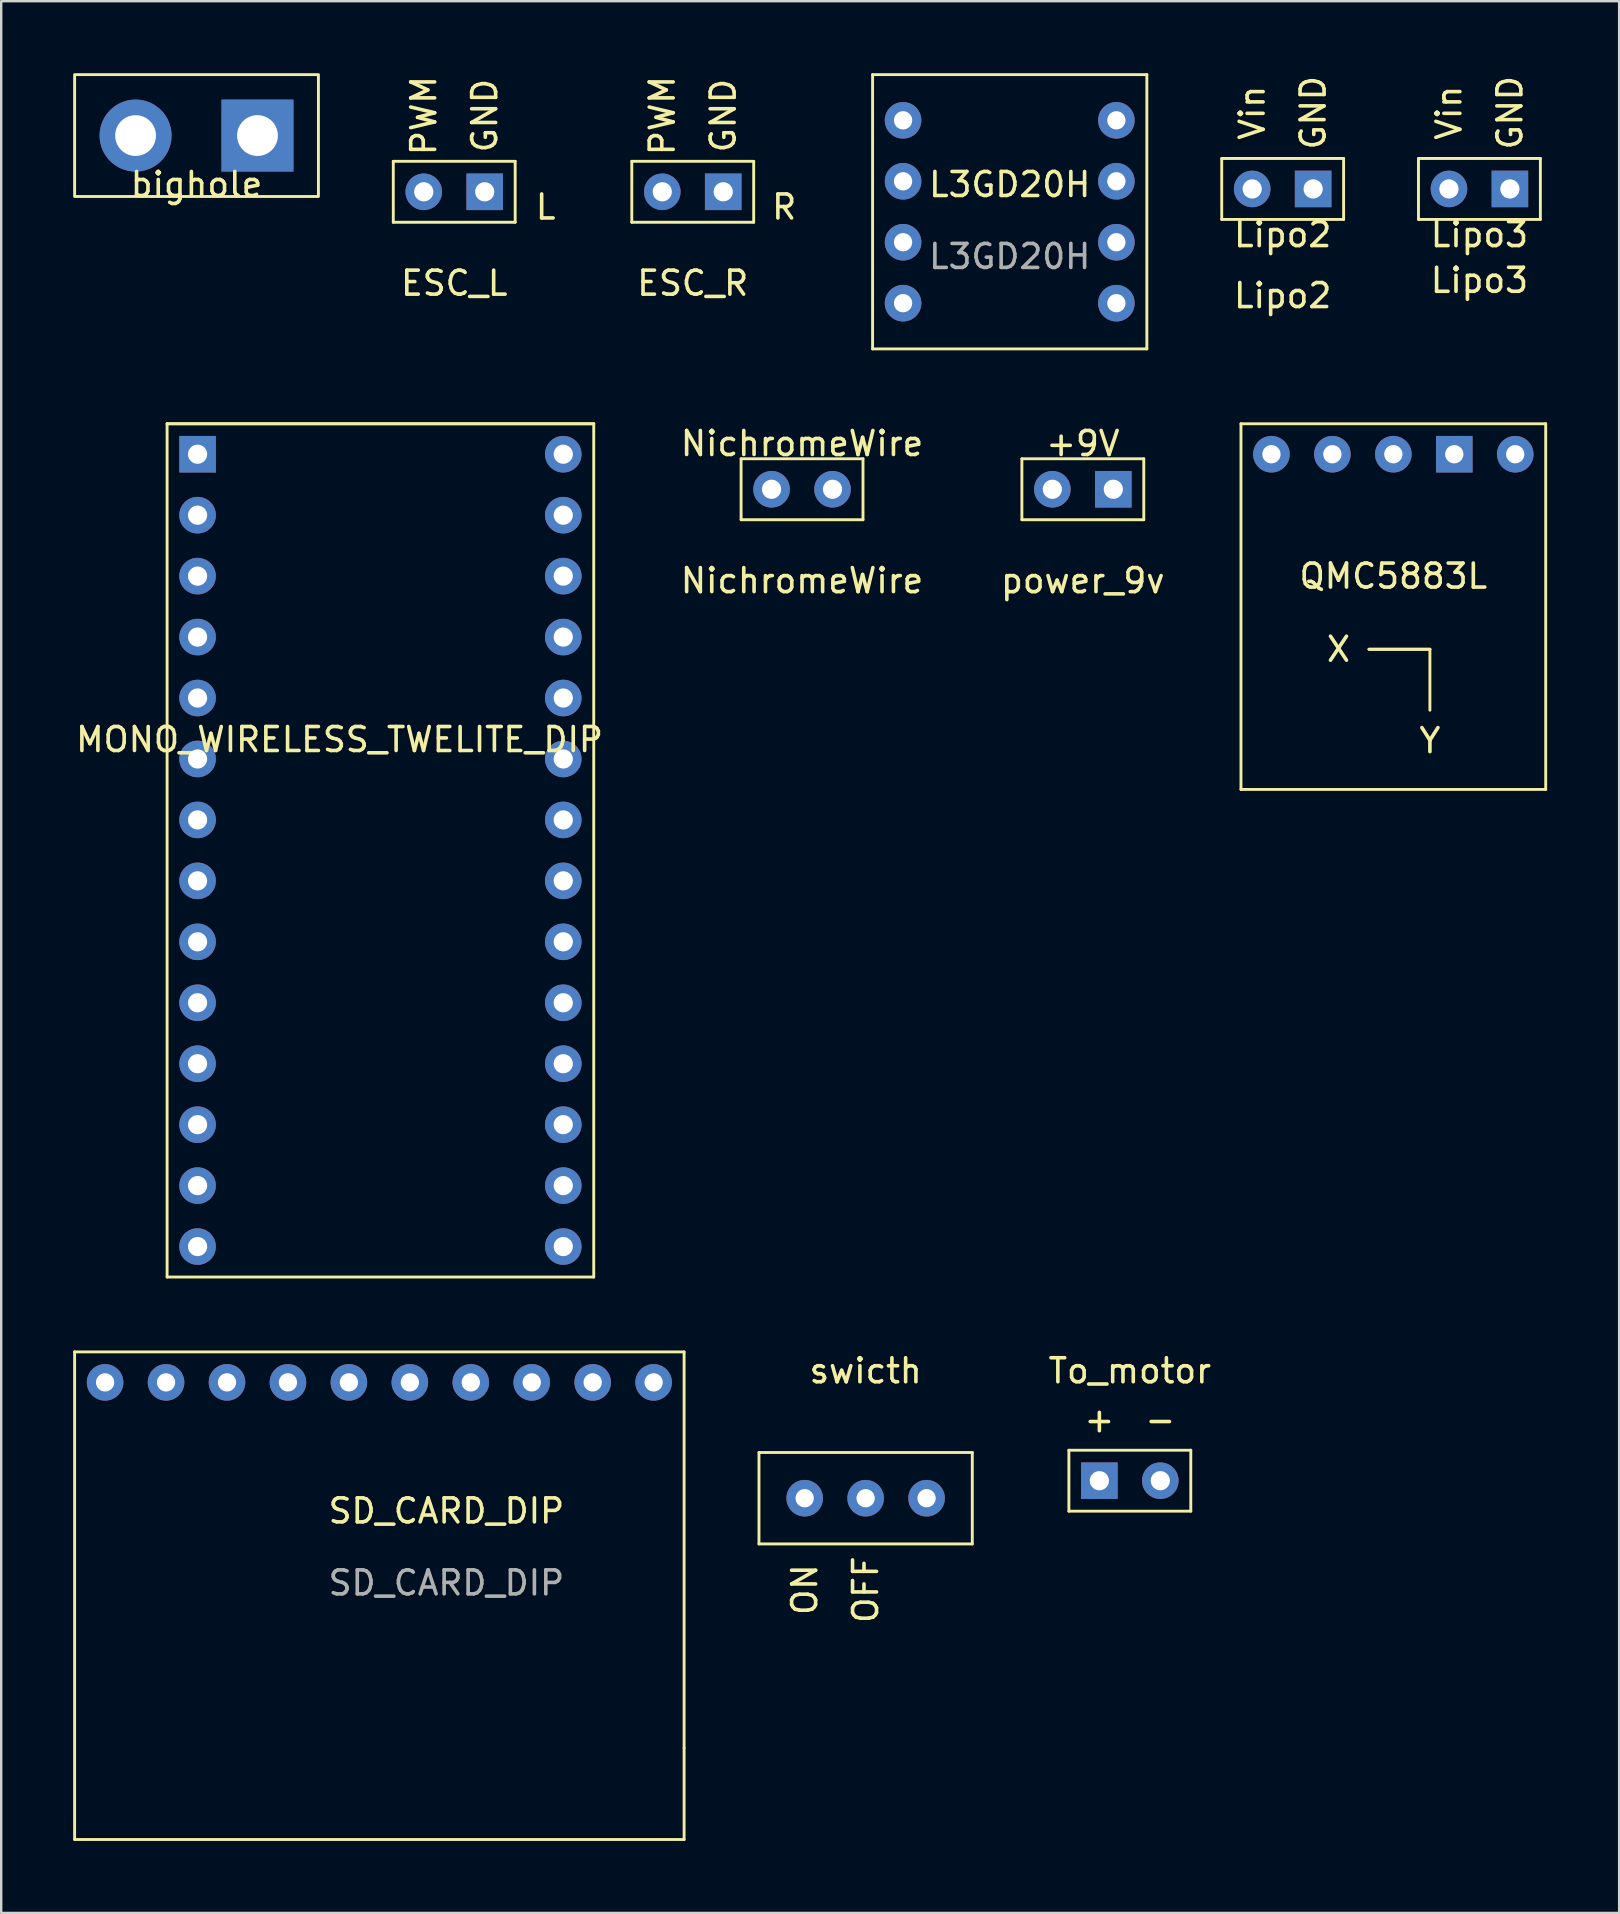
<source format=kicad_pcb>
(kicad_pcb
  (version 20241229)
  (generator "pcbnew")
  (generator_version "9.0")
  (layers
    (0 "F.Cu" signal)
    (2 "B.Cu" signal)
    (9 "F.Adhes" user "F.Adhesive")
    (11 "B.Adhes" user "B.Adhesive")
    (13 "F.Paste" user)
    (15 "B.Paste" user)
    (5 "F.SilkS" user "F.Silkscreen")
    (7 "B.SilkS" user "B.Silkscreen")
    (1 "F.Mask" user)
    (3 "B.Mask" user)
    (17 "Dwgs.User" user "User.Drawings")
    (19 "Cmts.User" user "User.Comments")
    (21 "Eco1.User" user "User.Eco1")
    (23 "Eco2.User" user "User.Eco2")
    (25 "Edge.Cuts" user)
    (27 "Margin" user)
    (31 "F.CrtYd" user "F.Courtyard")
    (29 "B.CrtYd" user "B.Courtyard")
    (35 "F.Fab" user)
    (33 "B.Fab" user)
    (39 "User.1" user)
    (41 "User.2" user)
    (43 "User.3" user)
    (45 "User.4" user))
  (footprint "Lipo2"
    (layer "F.Cu")
    (at 50.405 2.284)
    (property "Reference" "Lipo2" (at 0 6.985 0) (layer "F.SilkS") (effects (font (size 1 1) (thickness 0.15))))
    (attr through_hole)
    (fp_line (start -2.54 1.27) (end -2.54 3.81) (stroke (width 0.12) (type solid)) (layer "F.SilkS"))
    (fp_line (start -2.54 3.81) (end 2.54 3.81) (stroke (width 0.12) (type solid)) (layer "F.SilkS"))
    (fp_line (start 2.54 1.27) (end -2.54 1.27) (stroke (width 0.12) (type solid)) (layer "F.SilkS"))
    (fp_line (start 2.54 3.81) (end 2.54 1.27) (stroke (width 0.12) (type solid)) (layer "F.SilkS"))
    (fp_text user "Vin" (at -1.27 -0.635 90) (unlocked yes) (layer "F.SilkS") (effects (font (size 1 1) (thickness 0.15))))
    (fp_text user "GND" (at 1.27 -0.635 90) (unlocked yes) (layer "F.SilkS") (effects (font (size 1 1) (thickness 0.15))))
    (fp_text user "Lipo2" (at 0 4.445 0) (unlocked yes) (layer "F.SilkS") (effects (font (size 1 1) (thickness 0.15))))
    (pad "1" thru_hole circle (at -1.27 2.54) (size 1.524 1.524) (drill 0.8) (layers "*.Cu" "*.Mask"))
    (pad "2" thru_hole rect (at 1.27 2.54) (size 1.524 1.524) (drill 0.8) (layers "*.Cu" "*.Mask")))
  (footprint "power_9v"
    (layer "F.Cu")
    (at 42.077 14.8)
    (property "Reference" "power_9v" (at 0 6.35 0) (layer "F.SilkS") (effects (font (size 1 1) (thickness 0.15))))
    (attr through_hole)
    (fp_line (start -2.54 1.27) (end -2.54 3.81) (stroke (width 0.12) (type solid)) (layer "F.SilkS"))
    (fp_line (start -2.54 3.81) (end 2.54 3.81) (stroke (width 0.12) (type solid)) (layer "F.SilkS"))
    (fp_line (start 2.54 1.27) (end -2.54 1.27) (stroke (width 0.12) (type solid)) (layer "F.SilkS"))
    (fp_line (start 2.54 3.81) (end 2.54 1.27) (stroke (width 0.12) (type solid)) (layer "F.SilkS"))
    (fp_text user "+9V" (at 0 0.635 0) (unlocked yes) (layer "F.SilkS") (effects (font (size 1 1) (thickness 0.15))))
    (pad "1" thru_hole circle (at -1.27 2.54) (size 1.524 1.524) (drill 0.8) (layers "*.Cu" "*.Mask"))
    (pad "2" thru_hole rect (at 1.27 2.54) (size 1.524 1.524) (drill 0.8) (layers "*.Cu" "*.Mask")))
  (footprint "MONO_WIRELESS_TWELITE_DIP"
    (layer "F.Cu")
    (at 13.058 31.12)
    (property "Reference" "MONO_WIRELESS_TWELITE_DIP" (at -1.957 -3.348 0) (layer "F.SilkS") (effects (font (size 1 1) (thickness 0.15))))
    (attr through_hole)
    (fp_line (start -9.144 -16.51) (end -9.144 19.05) (stroke (width 0.12) (type solid)) (layer "F.SilkS"))
    (fp_line (start -9.144 -16.51) (end 8.636 -16.51) (stroke (width 0.12) (type solid)) (layer "F.SilkS"))
    (fp_line (start -9.144 19.05) (end 8.636 19.05) (stroke (width 0.12) (type solid)) (layer "F.SilkS"))
    (fp_line (start 8.636 -16.51) (end -9.144 -16.51) (stroke (width 0.12) (type solid)) (layer "F.SilkS"))
    (fp_line (start 8.636 -16.51) (end 8.636 19.05) (stroke (width 0.12) (type solid)) (layer "F.SilkS"))
    (pad "1" thru_hole rect (at -7.874 -15.24 180) (size 1.524 1.524) (drill 0.8) (layers "*.Cu" "*.Mask"))
    (pad "2" thru_hole circle (at -7.874 -12.7 180) (size 1.524 1.524) (drill 0.8) (layers "*.Cu" "*.Mask"))
    (pad "3" thru_hole circle (at -7.874 -10.16 180) (size 1.524 1.524) (drill 0.8) (layers "*.Cu" "*.Mask"))
    (pad "4" thru_hole circle (at -7.874 -7.62 180) (size 1.524 1.524) (drill 0.8) (layers "*.Cu" "*.Mask"))
    (pad "5" thru_hole circle (at -7.874 -5.08 180) (size 1.524 1.524) (drill 0.8) (layers "*.Cu" "*.Mask"))
    (pad "6" thru_hole circle (at -7.874 -2.54 180) (size 1.524 1.524) (drill 0.8) (layers "*.Cu" "*.Mask"))
    (pad "7" thru_hole circle (at -7.874 0 180) (size 1.524 1.524) (drill 0.8) (layers "*.Cu" "*.Mask"))
    (pad "8" thru_hole circle (at -7.874 2.54 180) (size 1.524 1.524) (drill 0.8) (layers "*.Cu" "*.Mask"))
    (pad "9" thru_hole circle (at -7.874 5.08 180) (size 1.524 1.524) (drill 0.8) (layers "*.Cu" "*.Mask"))
    (pad "10" thru_hole circle (at -7.874 7.62 180) (size 1.524 1.524) (drill 0.8) (layers "*.Cu" "*.Mask"))
    (pad "11" thru_hole circle (at -7.874 10.16 180) (size 1.524 1.524) (drill 0.8) (layers "*.Cu" "*.Mask"))
    (pad "12" thru_hole circle (at -7.874 12.7 180) (size 1.524 1.524) (drill 0.8) (layers "*.Cu" "*.Mask"))
    (pad "13" thru_hole circle (at -7.874 15.24 180) (size 1.524 1.524) (drill 0.8) (layers "*.Cu" "*.Mask"))
    (pad "14" thru_hole circle (at -7.874 17.78 180) (size 1.524 1.524) (drill 0.8) (layers "*.Cu" "*.Mask"))
    (pad "15" thru_hole circle (at 7.366 17.78 180) (size 1.524 1.524) (drill 0.8) (layers "*.Cu" "*.Mask"))
    (pad "16" thru_hole circle (at 7.366 15.24 180) (size 1.524 1.524) (drill 0.8) (layers "*.Cu" "*.Mask"))
    (pad "17" thru_hole circle (at 7.366 12.7 180) (size 1.524 1.524) (drill 0.8) (layers "*.Cu" "*.Mask"))
    (pad "18" thru_hole circle (at 7.366 10.16 180) (size 1.524 1.524) (drill 0.8) (layers "*.Cu" "*.Mask"))
    (pad "19" thru_hole circle (at 7.366 7.62 180) (size 1.524 1.524) (drill 0.8) (layers "*.Cu" "*.Mask"))
    (pad "20" thru_hole circle (at 7.366 5.08 180) (size 1.524 1.524) (drill 0.8) (layers "*.Cu" "*.Mask"))
    (pad "21" thru_hole circle (at 7.366 2.54 180) (size 1.524 1.524) (drill 0.8) (layers "*.Cu" "*.Mask"))
    (pad "22" thru_hole circle (at 7.366 0 180) (size 1.524 1.524) (drill 0.8) (layers "*.Cu" "*.Mask"))
    (pad "23" thru_hole circle (at 7.366 -2.54 180) (size 1.524 1.524) (drill 0.8) (layers "*.Cu" "*.Mask"))
    (pad "24" thru_hole circle (at 7.366 -5.08 180) (size 1.524 1.524) (drill 0.8) (layers "*.Cu" "*.Mask"))
    (pad "25" thru_hole circle (at 7.366 -7.62 180) (size 1.524 1.524) (drill 0.8) (layers "*.Cu" "*.Mask"))
    (pad "26" thru_hole circle (at 7.366 -10.16 180) (size 1.524 1.524) (drill 0.8) (layers "*.Cu" "*.Mask"))
    (pad "27" thru_hole circle (at 7.366 -12.7 180) (size 1.524 1.524) (drill 0.8) (layers "*.Cu" "*.Mask"))
    (pad "28" thru_hole circle (at 7.366 -15.24 180) (size 1.524 1.524) (drill 0.8) (layers "*.Cu" "*.Mask")))
  (footprint "SD_CARD_DIP"
    (layer "F.Cu")
    (at 12.76 64.72)
    (property "Reference" "SD_CARD_DIP" (at 2.794 -4.802 0) (unlocked yes) (layer "F.SilkS") (effects (font (size 1 1) (thickness 0.15))))
    (attr through_hole)
    (fp_line (start -12.7 -11.43) (end -12.7 8.89) (stroke (width 0.12) (type solid)) (layer "F.SilkS"))
    (fp_line (start -12.7 -11.43) (end 12.7 -11.43) (stroke (width 0.12) (type solid)) (layer "F.SilkS"))
    (fp_line (start -12.7 8.89) (end 12.7 8.89) (stroke (width 0.12) (type solid)) (layer "F.SilkS"))
    (fp_line (start 12.7 -11.43) (end 12.7 5.08) (stroke (width 0.12) (type solid)) (layer "F.SilkS"))
    (fp_line (start 12.7 8.89) (end 12.7 5.08) (stroke (width 0.12) (type solid)) (layer "F.SilkS"))
    (fp_text user "${REFERENCE}" (at 2.794 -1.802 0) (unlocked yes) (layer "F.Fab") (effects (font (size 1 1) (thickness 0.15))))
    (pad "1" thru_hole circle (at 11.43 -10.16) (size 1.524 1.524) (drill 0.762) (layers "*.Cu" "*.Mask"))
    (pad "2" thru_hole circle (at 8.89 -10.16) (size 1.524 1.524) (drill 0.762) (layers "*.Cu" "*.Mask"))
    (pad "3" thru_hole circle (at 6.35 -10.16) (size 1.524 1.524) (drill 0.762) (layers "*.Cu" "*.Mask"))
    (pad "4" thru_hole circle (at 3.81 -10.16) (size 1.524 1.524) (drill 0.762) (layers "*.Cu" "*.Mask"))
    (pad "5" thru_hole circle (at 1.27 -10.16) (size 1.524 1.524) (drill 0.762) (layers "*.Cu" "*.Mask"))
    (pad "6" thru_hole circle (at -1.27 -10.16) (size 1.524 1.524) (drill 0.762) (layers "*.Cu" "*.Mask"))
    (pad "7" thru_hole circle (at -3.81 -10.16) (size 1.524 1.524) (drill 0.762) (layers "*.Cu" "*.Mask"))
    (pad "8" thru_hole circle (at -6.35 -10.16) (size 1.524 1.524) (drill 0.762) (layers "*.Cu" "*.Mask"))
    (pad "9" thru_hole circle (at -8.89 -10.16) (size 1.524 1.524) (drill 0.762) (layers "*.Cu" "*.Mask"))
    (pad "10" thru_hole circle (at -11.43 -10.16) (size 1.524 1.524) (drill 0.762) (layers "*.Cu" "*.Mask")))
  (footprint "ESC_L"
    (layer "F.Cu")
    (at 15.88 2.403)
    (property "Reference" "ESC_L" (at 0 6.35 0) (layer "F.SilkS") (effects (font (size 1 1) (thickness 0.15))))
    (attr through_hole)
    (fp_line (start -2.54 1.27) (end -2.54 3.81) (stroke (width 0.12) (type solid)) (layer "F.SilkS"))
    (fp_line (start -2.54 3.81) (end 2.54 3.81) (stroke (width 0.12) (type solid)) (layer "F.SilkS"))
    (fp_line (start 2.54 1.27) (end -2.54 1.27) (stroke (width 0.12) (type solid)) (layer "F.SilkS"))
    (fp_line (start 2.54 3.81) (end 2.54 1.27) (stroke (width 0.12) (type solid)) (layer "F.SilkS"))
    (fp_text user "PWM" (at -1.27 -0.635 90) (unlocked yes) (layer "F.SilkS") (effects (font (size 1 1) (thickness 0.15))))
    (fp_text user "GND" (at 1.27 -0.635 90) (unlocked yes) (layer "F.SilkS") (effects (font (size 1 1) (thickness 0.15))))
    (fp_text user "L" (at 3.81 3.175 0) (unlocked yes) (layer "F.SilkS") (effects (font (size 1 1) (thickness 0.15))))
    (pad "1" thru_hole circle (at -1.27 2.54) (size 1.524 1.524) (drill 0.8) (layers "*.Cu" "*.Mask"))
    (pad "3" thru_hole rect (at 1.27 2.54) (size 1.524 1.524) (drill 0.8) (layers "*.Cu" "*.Mask")))
  (footprint "QMC5883L"
    (layer "F.Cu")
    (at 55.017 24.77)
    (property "Reference" "QMC5883L" (at 0 -3.81 0) (layer "F.SilkS") (effects (font (size 1 1) (thickness 0.15))))
    (attr through_hole)
    (fp_line (start -6.35 -10.16) (end 6.35 -10.16) (stroke (width 0.12) (type solid)) (layer "F.SilkS"))
    (fp_line (start -6.35 5.08) (end -6.35 -10.16) (stroke (width 0.12) (type solid)) (layer "F.SilkS"))
    (fp_line (start -1.016 -0.762) (end 1.524 -0.762) (stroke (width 0.12) (type solid)) (layer "F.SilkS"))
    (fp_line (start 1.524 -0.762) (end -1.016 -0.762) (stroke (width 0.12) (type solid)) (layer "F.SilkS"))
    (fp_line (start 1.524 -0.762) (end 1.524 1.778) (stroke (width 0.12) (type solid)) (layer "F.SilkS"))
    (fp_line (start 6.35 -10.16) (end 6.35 5.08) (stroke (width 0.12) (type solid)) (layer "F.SilkS"))
    (fp_line (start 6.35 5.08) (end -6.35 5.08) (stroke (width 0.12) (type solid)) (layer "F.SilkS"))
    (fp_text user "Y" (at 1.524 3.048 0) (unlocked yes) (layer "F.SilkS") (effects (font (size 1 1) (thickness 0.15))))
    (fp_text user "X" (at -2.286 -0.762 0) (unlocked yes) (layer "F.SilkS") (effects (font (size 1 1) (thickness 0.15))))
    (pad "1" thru_hole circle (at 5.08 -8.89) (size 1.524 1.524) (drill 0.762) (layers "*.Cu" "*.Mask"))
    (pad "2" thru_hole rect (at 2.54 -8.89) (size 1.524 1.524) (drill 0.762) (layers "*.Cu" "*.Mask"))
    (pad "3" thru_hole circle (at 0 -8.89) (size 1.524 1.524) (drill 0.762) (layers "*.Cu" "*.Mask"))
    (pad "4" thru_hole circle (at -2.54 -8.89) (size 1.524 1.524) (drill 0.762) (layers "*.Cu" "*.Mask"))
    (pad "5" thru_hole circle (at -5.08 -8.89) (size 1.524 1.524) (drill 0.762) (layers "*.Cu" "*.Mask")))
  (footprint "L3GD20H"
    (layer "F.Cu")
    (at 39.03 5.14)
    (property "Reference" "L3GD20H" (at 0 -0.5 0) (unlocked yes) (layer "F.SilkS") (effects (font (size 1 1) (thickness 0.15))))
    (attr through_hole)
    (fp_line (start -5.715 -5.08) (end -5.715 6.35) (stroke (width 0.12) (type solid)) (layer "F.SilkS"))
    (fp_line (start -5.715 6.35) (end 5.715 6.35) (stroke (width 0.12) (type solid)) (layer "F.SilkS"))
    (fp_line (start 5.715 -5.08) (end -5.715 -5.08) (stroke (width 0.12) (type solid)) (layer "F.SilkS"))
    (fp_line (start 5.715 6.35) (end 5.715 -5.08) (stroke (width 0.12) (type solid)) (layer "F.SilkS"))
    (fp_text user "${REFERENCE}" (at 0 2.5 0) (unlocked yes) (layer "F.Fab") (effects (font (size 1 1) (thickness 0.15))))
    (pad "1" thru_hole circle (at -4.445 -3.175) (size 1.524 1.524) (drill 0.762) (layers "*.Cu" "*.Mask"))
    (pad "2" thru_hole circle (at -4.445 -0.635) (size 1.524 1.524) (drill 0.762) (layers "*.Cu" "*.Mask"))
    (pad "3" thru_hole circle (at -4.445 1.905) (size 1.524 1.524) (drill 0.762) (layers "*.Cu" "*.Mask"))
    (pad "4" thru_hole circle (at -4.445 4.445) (size 1.524 1.524) (drill 0.762) (layers "*.Cu" "*.Mask"))
    (pad "5" thru_hole circle (at 4.445 4.445) (size 1.524 1.524) (drill 0.762) (layers "*.Cu" "*.Mask"))
    (pad "6" thru_hole circle (at 4.445 1.905) (size 1.524 1.524) (drill 0.762) (layers "*.Cu" "*.Mask"))
    (pad "7" thru_hole circle (at 4.445 -0.635) (size 1.524 1.524) (drill 0.762) (layers "*.Cu" "*.Mask"))
    (pad "8" thru_hole circle (at 4.445 -3.175) (size 1.524 1.524) (drill 0.762) (layers "*.Cu" "*.Mask")))
  (footprint "bighole"
    (layer "F.Cu")
    (at 5.14 5.14)
    (property "Reference" "bighole" (at 0 -0.5 0) (unlocked yes) (layer "F.SilkS") (effects (font (size 1 1) (thickness 0.15))))
    (attr through_hole)
    (fp_rect (start -5.08 -5.08) (end 5.08 0) (stroke (width 0.12) (type solid)) (fill no) (layer "F.SilkS"))
    (pad "1" thru_hole circle (at -2.54 -2.54) (size 3 3) (drill 1.7) (layers "*.Cu" "*.Mask"))
    (pad "2" thru_hole rect (at 2.54 -2.54) (size 3 3) (drill 1.7) (layers "*.Cu" "*.Mask")))
  (footprint "NichromeWire"
    (layer "F.Cu")
    (at 30.375 14.8)
    (property "Reference" "NichromeWire" (at 0 6.35 0) (layer "F.SilkS") (effects (font (size 1 1) (thickness 0.15))))
    (attr through_hole)
    (fp_line (start -2.54 1.27) (end -2.54 3.81) (stroke (width 0.12) (type solid)) (layer "F.SilkS"))
    (fp_line (start -2.54 3.81) (end 2.54 3.81) (stroke (width 0.12) (type solid)) (layer "F.SilkS"))
    (fp_line (start 2.54 1.27) (end -2.54 1.27) (stroke (width 0.12) (type solid)) (layer "F.SilkS"))
    (fp_line (start 2.54 3.81) (end 2.54 1.27) (stroke (width 0.12) (type solid)) (layer "F.SilkS"))
    (fp_text user "NichromeWire" (at 0 0.635 0) (unlocked yes) (layer "F.SilkS") (effects (font (size 1 1) (thickness 0.15))))
    (pad "1" thru_hole circle (at -1.27 2.54) (size 1.524 1.524) (drill 0.8) (layers "*.Cu" "*.Mask"))
    (pad "2" thru_hole circle (at 1.27 2.54) (size 1.524 1.524) (drill 0.8) (layers "*.Cu" "*.Mask")))
  (footprint "ESC_R"
    (layer "F.Cu")
    (at 25.82 2.403)
    (property "Reference" "ESC_R" (at 0 6.35 0) (layer "F.SilkS") (effects (font (size 1 1) (thickness 0.15))))
    (attr through_hole)
    (fp_line (start -2.54 1.27) (end -2.54 3.81) (stroke (width 0.12) (type solid)) (layer "F.SilkS"))
    (fp_line (start -2.54 3.81) (end 2.54 3.81) (stroke (width 0.12) (type solid)) (layer "F.SilkS"))
    (fp_line (start 2.54 1.27) (end -2.54 1.27) (stroke (width 0.12) (type solid)) (layer "F.SilkS"))
    (fp_line (start 2.54 3.81) (end 2.54 1.27) (stroke (width 0.12) (type solid)) (layer "F.SilkS"))
    (fp_text user "R" (at 3.81 3.175 0) (unlocked yes) (layer "F.SilkS") (effects (font (size 1 1) (thickness 0.15))))
    (fp_text user "PWM" (at -1.27 -0.635 90) (unlocked yes) (layer "F.SilkS") (effects (font (size 1 1) (thickness 0.15))))
    (fp_text user "GND" (at 1.27 -0.635 90) (unlocked yes) (layer "F.SilkS") (effects (font (size 1 1) (thickness 0.15))))
    (pad "1" thru_hole circle (at -1.27 2.54) (size 1.524 1.524) (drill 0.8) (layers "*.Cu" "*.Mask"))
    (pad "3" thru_hole rect (at 1.27 2.54) (size 1.524 1.524) (drill 0.8) (layers "*.Cu" "*.Mask")))
  (footprint "Lipo3"
    (layer "F.Cu")
    (at 58.605 2.284)
    (property "Reference" "Lipo3" (at 0 6.35 0) (layer "F.SilkS") (effects (font (size 1 1) (thickness 0.15))))
    (attr through_hole)
    (fp_line (start -2.54 1.27) (end -2.54 3.81) (stroke (width 0.12) (type solid)) (layer "F.SilkS"))
    (fp_line (start -2.54 3.81) (end 2.54 3.81) (stroke (width 0.12) (type solid)) (layer "F.SilkS"))
    (fp_line (start 2.54 1.27) (end -2.54 1.27) (stroke (width 0.12) (type solid)) (layer "F.SilkS"))
    (fp_line (start 2.54 3.81) (end 2.54 1.27) (stroke (width 0.12) (type solid)) (layer "F.SilkS"))
    (fp_text user "Vin" (at -1.27 -0.635 90) (unlocked yes) (layer "F.SilkS") (effects (font (size 1 1) (thickness 0.15))))
    (fp_text user "Lipo3" (at 0 4.445 0) (unlocked yes) (layer "F.SilkS") (effects (font (size 1 1) (thickness 0.15))))
    (fp_text user "GND" (at 1.27 -0.635 90) (unlocked yes) (layer "F.SilkS") (effects (font (size 1 1) (thickness 0.15))))
    (pad "4" thru_hole circle (at -1.27 2.54) (size 1.524 1.524) (drill 0.8) (layers "*.Cu" "*.Mask"))
    (pad "5" thru_hole rect (at 1.27 2.54) (size 1.524 1.524) (drill 0.8) (layers "*.Cu" "*.Mask")))
  (footprint "To_motor"
    (layer "F.Cu")
    (at 44.036 56.118)
    (property "Reference" "To_motor" (at 0 -2.04 0) (layer "F.SilkS") (effects (font (size 1 1) (thickness 0.15))))
    (attr through_hole)
    (fp_line (start -2.54 1.27) (end -2.54 3.81) (stroke (width 0.12) (type solid)) (layer "F.SilkS"))
    (fp_line (start -2.54 3.81) (end 2.54 3.81) (stroke (width 0.12) (type solid)) (layer "F.SilkS"))
    (fp_line (start 2.54 1.27) (end -2.54 1.27) (stroke (width 0.12) (type solid)) (layer "F.SilkS"))
    (fp_line (start 2.54 3.81) (end 2.54 1.27) (stroke (width 0.12) (type solid)) (layer "F.SilkS"))
    (fp_text user "+" (at -1.27 0 0) (layer "F.SilkS") (effects (font (size 1 1) (thickness 0.15))))
    (fp_text user "-" (at 1.27 0 0) (layer "F.SilkS") (effects (font (size 1 1) (thickness 0.15))))
    (pad "1" thru_hole rect (at -1.27 2.54) (size 1.524 1.524) (drill 0.8) (layers "*.Cu" "*.Mask"))
    (pad "2" thru_hole circle (at 1.27 2.54) (size 1.524 1.524) (drill 0.8) (layers "*.Cu" "*.Mask")))
  (footprint "swicth"
    (layer "F.Cu")
    (at 33.025 59.388)
    (property "Reference" "swicth" (at 0 -5.31 0) (unlocked yes) (layer "F.SilkS") (effects (font (size 1 1) (thickness 0.15))))
    (attr through_hole)
    (fp_line (start -4.445 -1.905) (end -4.445 1.905) (stroke (width 0.12) (type solid)) (layer "F.SilkS"))
    (fp_line (start -4.445 -1.905) (end 4.445 -1.905) (stroke (width 0.12) (type solid)) (layer "F.SilkS"))
    (fp_line (start 4.445 -1.905) (end 4.445 1.905) (stroke (width 0.12) (type solid)) (layer "F.SilkS"))
    (fp_line (start 4.445 1.905) (end -4.445 1.905) (stroke (width 0.12) (type solid)) (layer "F.SilkS"))
    (fp_text user "ON" (at -2.54 3.81 90) (unlocked yes) (layer "F.SilkS") (effects (font (size 1 1) (thickness 0.15))))
    (fp_text user "OFF" (at 0 3.81 90) (unlocked yes) (layer "F.SilkS") (effects (font (size 1 1) (thickness 0.15))))
    (pad "1" thru_hole circle (at -2.54 0) (size 1.524 1.524) (drill 0.762) (layers "*.Cu" "*.Mask"))
    (pad "2" thru_hole circle (at 0 0) (size 1.524 1.524) (drill 0.762) (layers "*.Cu" "*.Mask"))
    (pad "3" thru_hole circle (at 2.54 0) (size 1.524 1.524) (drill 0.762) (layers "*.Cu" "*.Mask")))
  (gr_rect
    (start -3 -3)
    (end 64.427 76.67)
    (stroke (width 0.1) (type default))
    (fill no)
    (layer "Edge.Cuts")))
</source>
